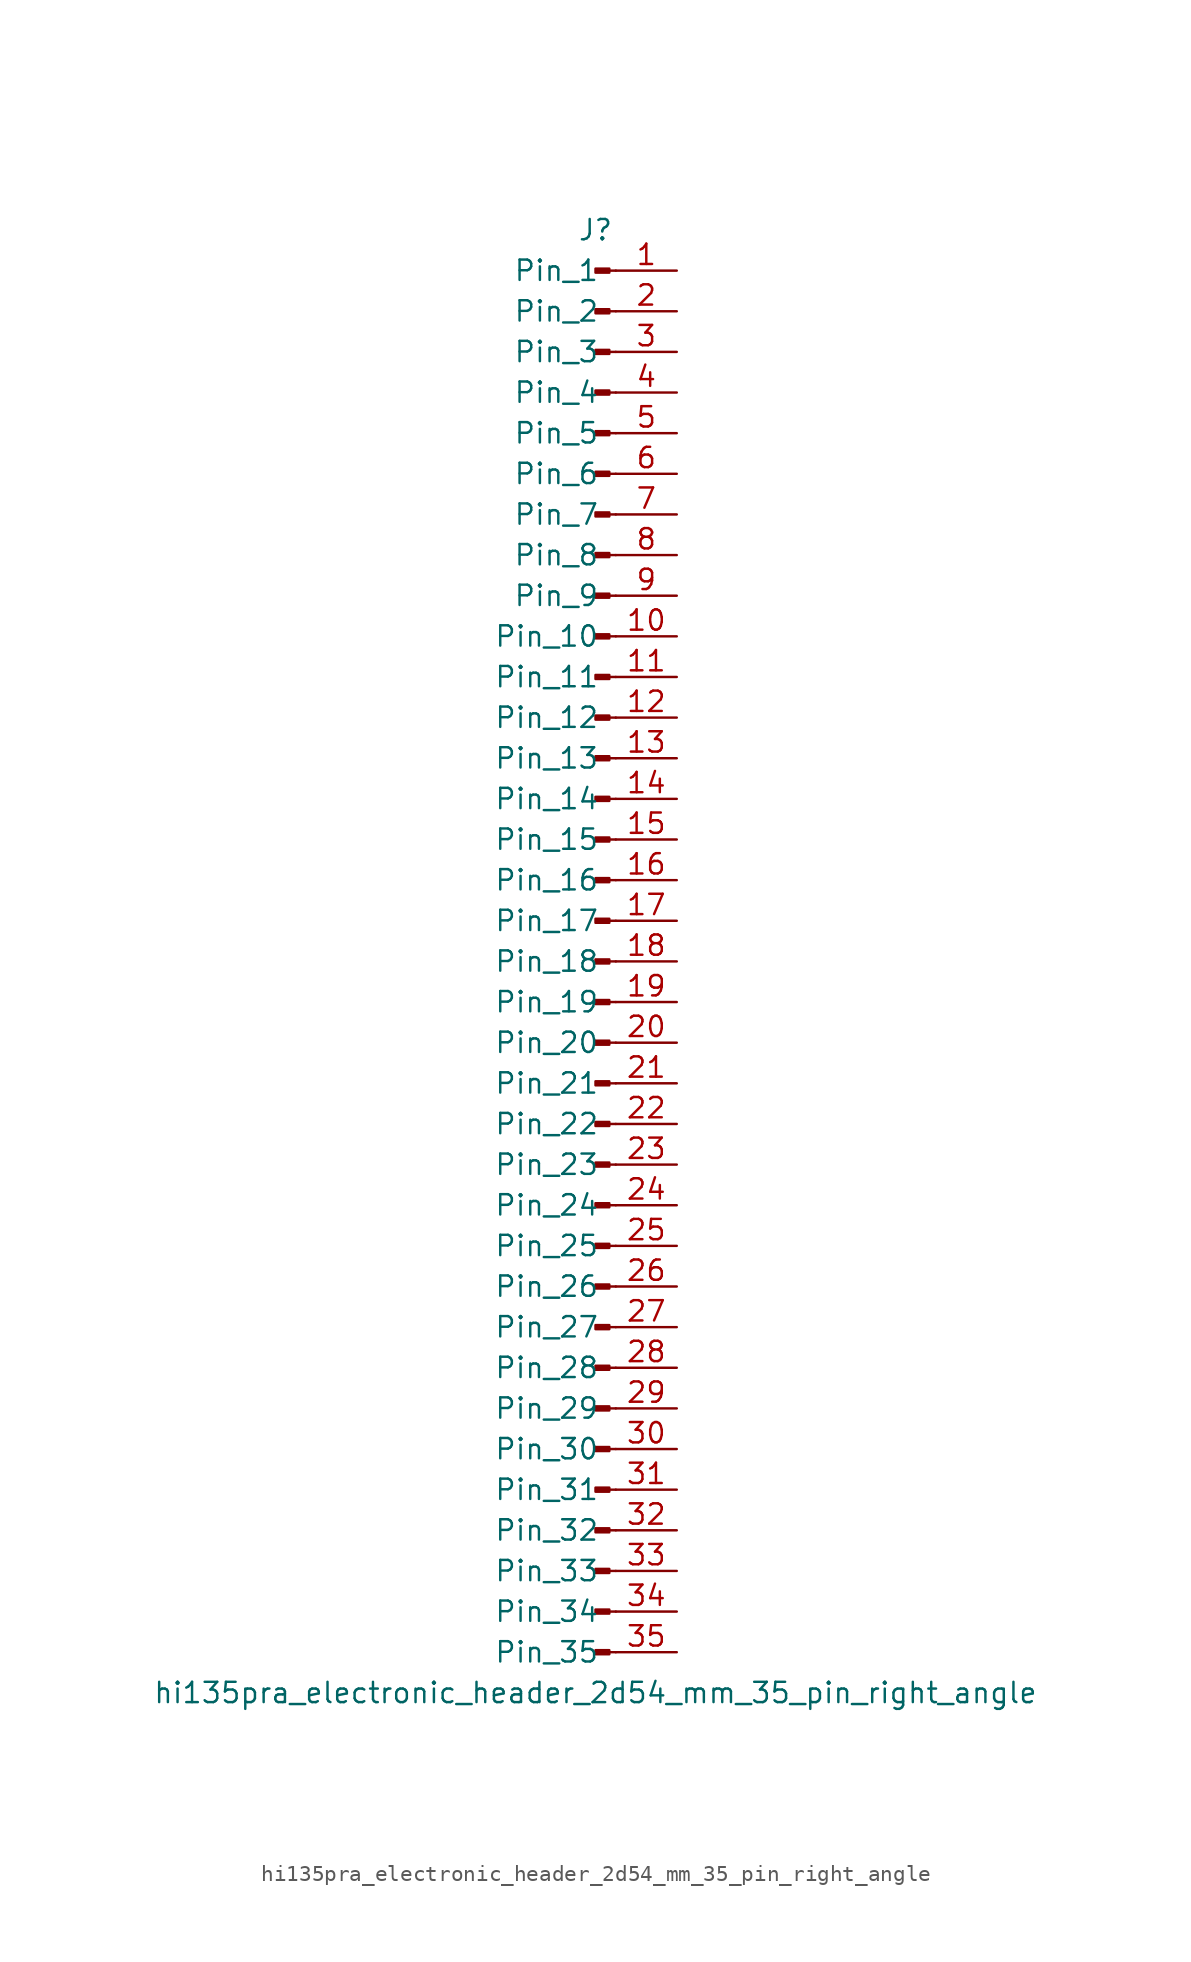
<source format=kicad_sym>
(kicad_symbol_lib
  (version 20220914)
  (generator kicad_symbol_editor)
  (symbol "hi135pra_electronic_header_2d54_mm_35_pin_right_angle"
    (pin_names
      (offset 1.016))
    (property "Reference" "J"
      (at 0 45.72 0)
      (effects (font (size 1.27 1.27))))
    (property "Value" "hi135pra_electronic_header_2d54_mm_35_pin_right_angle"
      (at 0 -45.72 0)
      (effects (font (size 1.27 1.27))))
    (property "ki_locked" ""
      (at 0 0 0)
      (effects (font (size 1.27 1.27))))
    (symbol "hi135pra_electronic_header_2d54_mm_35_pin_right_angle_1_1"
      (polyline (pts (xy 1.27 -43.18) (xy 0.864 -43.18)) (stroke (width 0.152) (type default)) (fill (type none)))
      (polyline (pts (xy 1.27 -40.64) (xy 0.864 -40.64)) (stroke (width 0.152) (type default)) (fill (type none)))
      (polyline (pts (xy 1.27 -38.1) (xy 0.864 -38.1)) (stroke (width 0.152) (type default)) (fill (type none)))
      (polyline (pts (xy 1.27 -35.56) (xy 0.864 -35.56)) (stroke (width 0.152) (type default)) (fill (type none)))
      (polyline (pts (xy 1.27 -33.02) (xy 0.864 -33.02)) (stroke (width 0.152) (type default)) (fill (type none)))
      (polyline (pts (xy 1.27 -30.48) (xy 0.864 -30.48)) (stroke (width 0.152) (type default)) (fill (type none)))
      (polyline (pts (xy 1.27 -27.94) (xy 0.864 -27.94)) (stroke (width 0.152) (type default)) (fill (type none)))
      (polyline (pts (xy 1.27 -25.4) (xy 0.864 -25.4)) (stroke (width 0.152) (type default)) (fill (type none)))
      (polyline (pts (xy 1.27 -22.86) (xy 0.864 -22.86)) (stroke (width 0.152) (type default)) (fill (type none)))
      (polyline (pts (xy 1.27 -20.32) (xy 0.864 -20.32)) (stroke (width 0.152) (type default)) (fill (type none)))
      (polyline (pts (xy 1.27 -17.78) (xy 0.864 -17.78)) (stroke (width 0.152) (type default)) (fill (type none)))
      (polyline (pts (xy 1.27 -15.24) (xy 0.864 -15.24)) (stroke (width 0.152) (type default)) (fill (type none)))
      (polyline (pts (xy 1.27 -12.7) (xy 0.864 -12.7)) (stroke (width 0.152) (type default)) (fill (type none)))
      (polyline (pts (xy 1.27 -10.16) (xy 0.864 -10.16)) (stroke (width 0.152) (type default)) (fill (type none)))
      (polyline (pts (xy 1.27 -7.62) (xy 0.864 -7.62)) (stroke (width 0.152) (type default)) (fill (type none)))
      (polyline (pts (xy 1.27 -5.08) (xy 0.864 -5.08)) (stroke (width 0.152) (type default)) (fill (type none)))
      (polyline (pts (xy 1.27 -2.54) (xy 0.864 -2.54)) (stroke (width 0.152) (type default)) (fill (type none)))
      (polyline (pts (xy 1.27 0) (xy 0.864 0)) (stroke (width 0.152) (type default)) (fill (type none)))
      (polyline (pts (xy 1.27 2.54) (xy 0.864 2.54)) (stroke (width 0.152) (type default)) (fill (type none)))
      (polyline (pts (xy 1.27 5.08) (xy 0.864 5.08)) (stroke (width 0.152) (type default)) (fill (type none)))
      (polyline (pts (xy 1.27 7.62) (xy 0.864 7.62)) (stroke (width 0.152) (type default)) (fill (type none)))
      (polyline (pts (xy 1.27 10.16) (xy 0.864 10.16)) (stroke (width 0.152) (type default)) (fill (type none)))
      (polyline (pts (xy 1.27 12.7) (xy 0.864 12.7)) (stroke (width 0.152) (type default)) (fill (type none)))
      (polyline (pts (xy 1.27 15.24) (xy 0.864 15.24)) (stroke (width 0.152) (type default)) (fill (type none)))
      (polyline (pts (xy 1.27 17.78) (xy 0.864 17.78)) (stroke (width 0.152) (type default)) (fill (type none)))
      (polyline (pts (xy 1.27 20.32) (xy 0.864 20.32)) (stroke (width 0.152) (type default)) (fill (type none)))
      (polyline (pts (xy 1.27 22.86) (xy 0.864 22.86)) (stroke (width 0.152) (type default)) (fill (type none)))
      (polyline (pts (xy 1.27 25.4) (xy 0.864 25.4)) (stroke (width 0.152) (type default)) (fill (type none)))
      (polyline (pts (xy 1.27 27.94) (xy 0.864 27.94)) (stroke (width 0.152) (type default)) (fill (type none)))
      (polyline (pts (xy 1.27 30.48) (xy 0.864 30.48)) (stroke (width 0.152) (type default)) (fill (type none)))
      (polyline (pts (xy 1.27 33.02) (xy 0.864 33.02)) (stroke (width 0.152) (type default)) (fill (type none)))
      (polyline (pts (xy 1.27 35.56) (xy 0.864 35.56)) (stroke (width 0.152) (type default)) (fill (type none)))
      (polyline (pts (xy 1.27 38.1) (xy 0.864 38.1)) (stroke (width 0.152) (type default)) (fill (type none)))
      (polyline (pts (xy 1.27 40.64) (xy 0.864 40.64)) (stroke (width 0.152) (type default)) (fill (type none)))
      (polyline (pts (xy 1.27 43.18) (xy 0.864 43.18)) (stroke (width 0.152) (type default)) (fill (type none)))
      (rectangle (start 0.864 -43.053) (end 0 -43.307) (stroke (width 0.152) (type default)) (fill (type outline)))
      (rectangle (start 0.864 -40.513) (end 0 -40.767) (stroke (width 0.152) (type default)) (fill (type outline)))
      (rectangle (start 0.864 -37.973) (end 0 -38.227) (stroke (width 0.152) (type default)) (fill (type outline)))
      (rectangle (start 0.864 -35.433) (end 0 -35.687) (stroke (width 0.152) (type default)) (fill (type outline)))
      (rectangle (start 0.864 -32.893) (end 0 -33.147) (stroke (width 0.152) (type default)) (fill (type outline)))
      (rectangle (start 0.864 -30.353) (end 0 -30.607) (stroke (width 0.152) (type default)) (fill (type outline)))
      (rectangle (start 0.864 -27.813) (end 0 -28.067) (stroke (width 0.152) (type default)) (fill (type outline)))
      (rectangle (start 0.864 -25.273) (end 0 -25.527) (stroke (width 0.152) (type default)) (fill (type outline)))
      (rectangle (start 0.864 -22.733) (end 0 -22.987) (stroke (width 0.152) (type default)) (fill (type outline)))
      (rectangle (start 0.864 -20.193) (end 0 -20.447) (stroke (width 0.152) (type default)) (fill (type outline)))
      (rectangle (start 0.864 -17.653) (end 0 -17.907) (stroke (width 0.152) (type default)) (fill (type outline)))
      (rectangle (start 0.864 -15.113) (end 0 -15.367) (stroke (width 0.152) (type default)) (fill (type outline)))
      (rectangle (start 0.864 -12.573) (end 0 -12.827) (stroke (width 0.152) (type default)) (fill (type outline)))
      (rectangle (start 0.864 -10.033) (end 0 -10.287) (stroke (width 0.152) (type default)) (fill (type outline)))
      (rectangle (start 0.864 -7.493) (end 0 -7.747) (stroke (width 0.152) (type default)) (fill (type outline)))
      (rectangle (start 0.864 -4.953) (end 0 -5.207) (stroke (width 0.152) (type default)) (fill (type outline)))
      (rectangle (start 0.864 -2.413) (end 0 -2.667) (stroke (width 0.152) (type default)) (fill (type outline)))
      (rectangle (start 0.864 0.127) (end 0 -0.127) (stroke (width 0.152) (type default)) (fill (type outline)))
      (rectangle (start 0.864 2.667) (end 0 2.413) (stroke (width 0.152) (type default)) (fill (type outline)))
      (rectangle (start 0.864 5.207) (end 0 4.953) (stroke (width 0.152) (type default)) (fill (type outline)))
      (rectangle (start 0.864 7.747) (end 0 7.493) (stroke (width 0.152) (type default)) (fill (type outline)))
      (rectangle (start 0.864 10.287) (end 0 10.033) (stroke (width 0.152) (type default)) (fill (type outline)))
      (rectangle (start 0.864 12.827) (end 0 12.573) (stroke (width 0.152) (type default)) (fill (type outline)))
      (rectangle (start 0.864 15.367) (end 0 15.113) (stroke (width 0.152) (type default)) (fill (type outline)))
      (rectangle (start 0.864 17.907) (end 0 17.653) (stroke (width 0.152) (type default)) (fill (type outline)))
      (rectangle (start 0.864 20.447) (end 0 20.193) (stroke (width 0.152) (type default)) (fill (type outline)))
      (rectangle (start 0.864 22.987) (end 0 22.733) (stroke (width 0.152) (type default)) (fill (type outline)))
      (rectangle (start 0.864 25.527) (end 0 25.273) (stroke (width 0.152) (type default)) (fill (type outline)))
      (rectangle (start 0.864 28.067) (end 0 27.813) (stroke (width 0.152) (type default)) (fill (type outline)))
      (rectangle (start 0.864 30.607) (end 0 30.353) (stroke (width 0.152) (type default)) (fill (type outline)))
      (rectangle (start 0.864 33.147) (end 0 32.893) (stroke (width 0.152) (type default)) (fill (type outline)))
      (rectangle (start 0.864 35.687) (end 0 35.433) (stroke (width 0.152) (type default)) (fill (type outline)))
      (rectangle (start 0.864 38.227) (end 0 37.973) (stroke (width 0.152) (type default)) (fill (type outline)))
      (rectangle (start 0.864 40.767) (end 0 40.513) (stroke (width 0.152) (type default)) (fill (type outline)))
      (rectangle (start 0.864 43.307) (end 0 43.053) (stroke (width 0.152) (type default)) (fill (type outline)))
      (pin passive line (at 5.08 43.18 180) (length 3.81) (name "Pin_1" (effects (font (size 1.27 1.27)))) (number "1" (effects (font (size 1.27 1.27)))))
      (pin passive line (at 5.08 20.32 180) (length 3.81) (name "Pin_10" (effects (font (size 1.27 1.27)))) (number "10" (effects (font (size 1.27 1.27)))))
      (pin passive line (at 5.08 17.78 180) (length 3.81) (name "Pin_11" (effects (font (size 1.27 1.27)))) (number "11" (effects (font (size 1.27 1.27)))))
      (pin passive line (at 5.08 15.24 180) (length 3.81) (name "Pin_12" (effects (font (size 1.27 1.27)))) (number "12" (effects (font (size 1.27 1.27)))))
      (pin passive line (at 5.08 12.7 180) (length 3.81) (name "Pin_13" (effects (font (size 1.27 1.27)))) (number "13" (effects (font (size 1.27 1.27)))))
      (pin passive line (at 5.08 10.16 180) (length 3.81) (name "Pin_14" (effects (font (size 1.27 1.27)))) (number "14" (effects (font (size 1.27 1.27)))))
      (pin passive line (at 5.08 7.62 180) (length 3.81) (name "Pin_15" (effects (font (size 1.27 1.27)))) (number "15" (effects (font (size 1.27 1.27)))))
      (pin passive line (at 5.08 5.08 180) (length 3.81) (name "Pin_16" (effects (font (size 1.27 1.27)))) (number "16" (effects (font (size 1.27 1.27)))))
      (pin passive line (at 5.08 2.54 180) (length 3.81) (name "Pin_17" (effects (font (size 1.27 1.27)))) (number "17" (effects (font (size 1.27 1.27)))))
      (pin passive line (at 5.08 0 180) (length 3.81) (name "Pin_18" (effects (font (size 1.27 1.27)))) (number "18" (effects (font (size 1.27 1.27)))))
      (pin passive line (at 5.08 -2.54 180) (length 3.81) (name "Pin_19" (effects (font (size 1.27 1.27)))) (number "19" (effects (font (size 1.27 1.27)))))
      (pin passive line (at 5.08 40.64 180) (length 3.81) (name "Pin_2" (effects (font (size 1.27 1.27)))) (number "2" (effects (font (size 1.27 1.27)))))
      (pin passive line (at 5.08 -5.08 180) (length 3.81) (name "Pin_20" (effects (font (size 1.27 1.27)))) (number "20" (effects (font (size 1.27 1.27)))))
      (pin passive line (at 5.08 -7.62 180) (length 3.81) (name "Pin_21" (effects (font (size 1.27 1.27)))) (number "21" (effects (font (size 1.27 1.27)))))
      (pin passive line (at 5.08 -10.16 180) (length 3.81) (name "Pin_22" (effects (font (size 1.27 1.27)))) (number "22" (effects (font (size 1.27 1.27)))))
      (pin passive line (at 5.08 -12.7 180) (length 3.81) (name "Pin_23" (effects (font (size 1.27 1.27)))) (number "23" (effects (font (size 1.27 1.27)))))
      (pin passive line (at 5.08 -15.24 180) (length 3.81) (name "Pin_24" (effects (font (size 1.27 1.27)))) (number "24" (effects (font (size 1.27 1.27)))))
      (pin passive line (at 5.08 -17.78 180) (length 3.81) (name "Pin_25" (effects (font (size 1.27 1.27)))) (number "25" (effects (font (size 1.27 1.27)))))
      (pin passive line (at 5.08 -20.32 180) (length 3.81) (name "Pin_26" (effects (font (size 1.27 1.27)))) (number "26" (effects (font (size 1.27 1.27)))))
      (pin passive line (at 5.08 -22.86 180) (length 3.81) (name "Pin_27" (effects (font (size 1.27 1.27)))) (number "27" (effects (font (size 1.27 1.27)))))
      (pin passive line (at 5.08 -25.4 180) (length 3.81) (name "Pin_28" (effects (font (size 1.27 1.27)))) (number "28" (effects (font (size 1.27 1.27)))))
      (pin passive line (at 5.08 -27.94 180) (length 3.81) (name "Pin_29" (effects (font (size 1.27 1.27)))) (number "29" (effects (font (size 1.27 1.27)))))
      (pin passive line (at 5.08 38.1 180) (length 3.81) (name "Pin_3" (effects (font (size 1.27 1.27)))) (number "3" (effects (font (size 1.27 1.27)))))
      (pin passive line (at 5.08 -30.48 180) (length 3.81) (name "Pin_30" (effects (font (size 1.27 1.27)))) (number "30" (effects (font (size 1.27 1.27)))))
      (pin passive line (at 5.08 -33.02 180) (length 3.81) (name "Pin_31" (effects (font (size 1.27 1.27)))) (number "31" (effects (font (size 1.27 1.27)))))
      (pin passive line (at 5.08 -35.56 180) (length 3.81) (name "Pin_32" (effects (font (size 1.27 1.27)))) (number "32" (effects (font (size 1.27 1.27)))))
      (pin passive line (at 5.08 -38.1 180) (length 3.81) (name "Pin_33" (effects (font (size 1.27 1.27)))) (number "33" (effects (font (size 1.27 1.27)))))
      (pin passive line (at 5.08 -40.64 180) (length 3.81) (name "Pin_34" (effects (font (size 1.27 1.27)))) (number "34" (effects (font (size 1.27 1.27)))))
      (pin passive line (at 5.08 -43.18 180) (length 3.81) (name "Pin_35" (effects (font (size 1.27 1.27)))) (number "35" (effects (font (size 1.27 1.27)))))
      (pin passive line (at 5.08 35.56 180) (length 3.81) (name "Pin_4" (effects (font (size 1.27 1.27)))) (number "4" (effects (font (size 1.27 1.27)))))
      (pin passive line (at 5.08 33.02 180) (length 3.81) (name "Pin_5" (effects (font (size 1.27 1.27)))) (number "5" (effects (font (size 1.27 1.27)))))
      (pin passive line (at 5.08 30.48 180) (length 3.81) (name "Pin_6" (effects (font (size 1.27 1.27)))) (number "6" (effects (font (size 1.27 1.27)))))
      (pin passive line (at 5.08 27.94 180) (length 3.81) (name "Pin_7" (effects (font (size 1.27 1.27)))) (number "7" (effects (font (size 1.27 1.27)))))
      (pin passive line (at 5.08 25.4 180) (length 3.81) (name "Pin_8" (effects (font (size 1.27 1.27)))) (number "8" (effects (font (size 1.27 1.27)))))
      (pin passive line (at 5.08 22.86 180) (length 3.81) (name "Pin_9" (effects (font (size 1.27 1.27)))) (number "9" (effects (font (size 1.27 1.27))))))))
</source>
